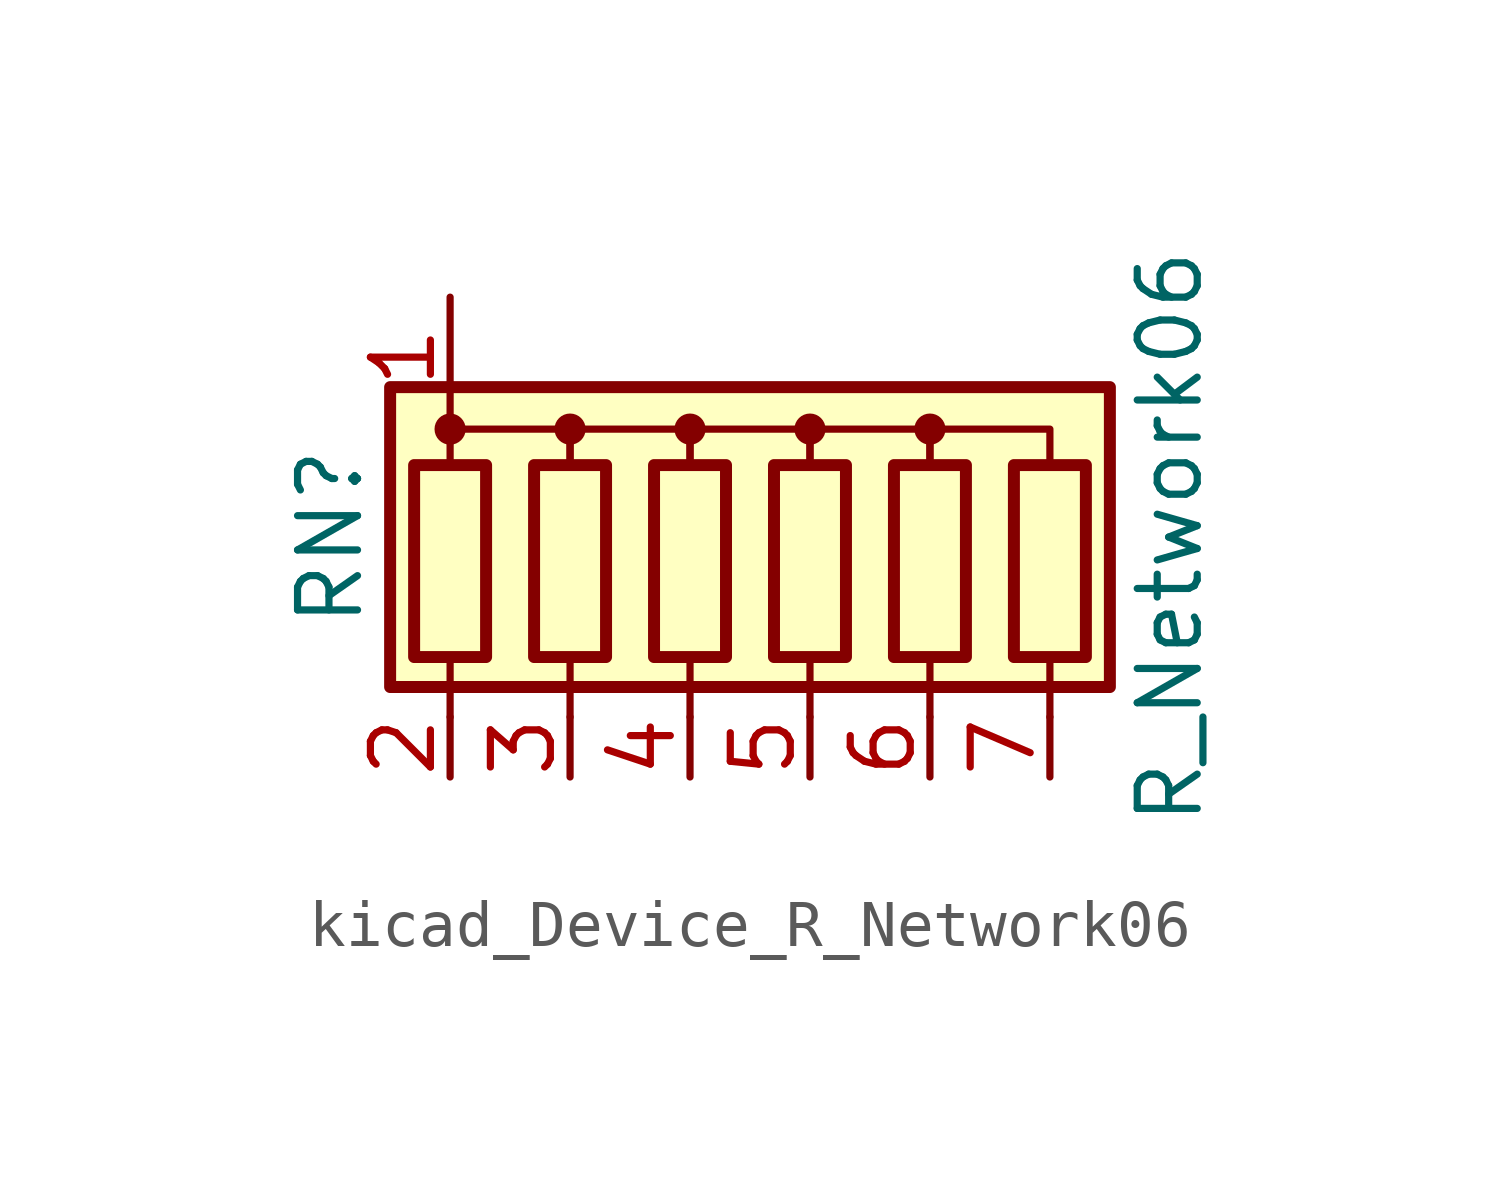
<source format=kicad_sym>
(kicad_symbol_lib
  (version 20220914)
  (generator kicad_symbol_editor)
  (symbol "kicad_Device_R_Network06"
    (pin_names
      (offset 0) hide)
    (property "Reference" "RN"
      (at -10.16 0 90)
      (effects (font (size 1.27 1.27))))
    (property "Value" "R_Network06"
      (at 7.62 0 90)
      (effects (font (size 1.27 1.27))))
    (symbol "kicad_Device_R_Network06_0_1"
      (rectangle (start -8.89 -3.175) (end 6.35 3.175) (stroke (width 0.254) (type default)) (fill (type background)))
      (rectangle (start -8.382 1.524) (end -6.858 -2.54) (stroke (width 0.254) (type default)) (fill (type none)))
      (circle (center -7.62 2.286) (radius 0.254) (stroke (width 0) (type default)) (fill (type outline)))
      (rectangle (start -5.842 1.524) (end -4.318 -2.54) (stroke (width 0.254) (type default)) (fill (type none)))
      (circle (center -5.08 2.286) (radius 0.254) (stroke (width 0) (type default)) (fill (type outline)))
      (rectangle (start -3.302 1.524) (end -1.778 -2.54) (stroke (width 0.254) (type default)) (fill (type none)))
      (circle (center -2.54 2.286) (radius 0.254) (stroke (width 0) (type default)) (fill (type outline)))
      (rectangle (start -0.762 1.524) (end 0.762 -2.54) (stroke (width 0.254) (type default)) (fill (type none)))
      (polyline (pts (xy -7.62 -2.54) (xy -7.62 -3.81)) (stroke (width 0) (type default)) (fill (type none)))
      (polyline (pts (xy -5.08 -2.54) (xy -5.08 -3.81)) (stroke (width 0) (type default)) (fill (type none)))
      (polyline (pts (xy -2.54 -2.54) (xy -2.54 -3.81)) (stroke (width 0) (type default)) (fill (type none)))
      (polyline (pts (xy 0 -2.54) (xy 0 -3.81)) (stroke (width 0) (type default)) (fill (type none)))
      (polyline (pts (xy 2.54 -2.54) (xy 2.54 -3.81)) (stroke (width 0) (type default)) (fill (type none)))
      (polyline (pts (xy 5.08 -2.54) (xy 5.08 -3.81)) (stroke (width 0) (type default)) (fill (type none)))
      (polyline (pts (xy -7.62 1.524) (xy -7.62 2.286) (xy -5.08 2.286) (xy -5.08 1.524)) (stroke (width 0) (type default)) (fill (type none)))
      (polyline (pts (xy -5.08 1.524) (xy -5.08 2.286) (xy -2.54 2.286) (xy -2.54 1.524)) (stroke (width 0) (type default)) (fill (type none)))
      (polyline (pts (xy -2.54 1.524) (xy -2.54 2.286) (xy 0 2.286) (xy 0 1.524)) (stroke (width 0) (type default)) (fill (type none)))
      (polyline (pts (xy 0 1.524) (xy 0 2.286) (xy 2.54 2.286) (xy 2.54 1.524)) (stroke (width 0) (type default)) (fill (type none)))
      (polyline (pts (xy 2.54 1.524) (xy 2.54 2.286) (xy 5.08 2.286) (xy 5.08 1.524)) (stroke (width 0) (type default)) (fill (type none)))
      (circle (center 0 2.286) (radius 0.254) (stroke (width 0) (type default)) (fill (type outline)))
      (rectangle (start 1.778 1.524) (end 3.302 -2.54) (stroke (width 0.254) (type default)) (fill (type none)))
      (circle (center 2.54 2.286) (radius 0.254) (stroke (width 0) (type default)) (fill (type outline)))
      (rectangle (start 4.318 1.524) (end 5.842 -2.54) (stroke (width 0.254) (type default)) (fill (type none))))
    (symbol "kicad_Device_R_Network06_1_1"
      (pin passive line (at -7.62 5.08 270) (length 2.54) (name "common" (effects (font (size 1.27 1.27)))) (number "1" (effects (font (size 1.27 1.27)))))
      (pin passive line (at -7.62 -5.08 90) (length 1.27) (name "R1" (effects (font (size 1.27 1.27)))) (number "2" (effects (font (size 1.27 1.27)))))
      (pin passive line (at -5.08 -5.08 90) (length 1.27) (name "R2" (effects (font (size 1.27 1.27)))) (number "3" (effects (font (size 1.27 1.27)))))
      (pin passive line (at -2.54 -5.08 90) (length 1.27) (name "R3" (effects (font (size 1.27 1.27)))) (number "4" (effects (font (size 1.27 1.27)))))
      (pin passive line (at 0 -5.08 90) (length 1.27) (name "R4" (effects (font (size 1.27 1.27)))) (number "5" (effects (font (size 1.27 1.27)))))
      (pin passive line (at 2.54 -5.08 90) (length 1.27) (name "R5" (effects (font (size 1.27 1.27)))) (number "6" (effects (font (size 1.27 1.27)))))
      (pin passive line (at 5.08 -5.08 90) (length 1.27) (name "R6" (effects (font (size 1.27 1.27)))) (number "7" (effects (font (size 1.27 1.27))))))))
</source>
